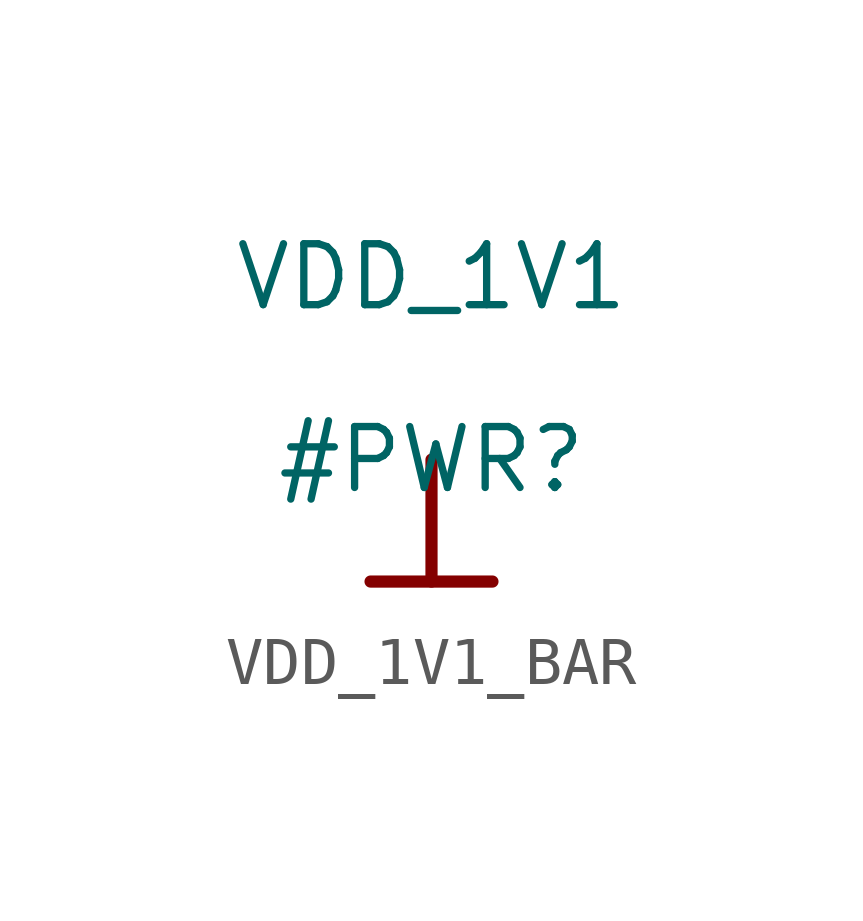
<source format=kicad_sym>
(kicad_symbol_lib
  (version 20231120)
  (generator "kicad_symbol_editor")
  (generator_version "8.0")
  (symbol "VDD_1V1_BAR"
    (power)
    (property "Reference" "#PWR"
      (at 0 0 0)
      (effects (font (size 1.27 1.27))))
    (property "Value" "VDD_1V1"
      (at 0 3.81 0)
      (effects (font (size 1.27 1.27))))
    (symbol "VDD_1V1_BAR_0_0"
      (polyline (pts (xy -1.27 -2.54) (xy 1.27 -2.54)) (stroke (width 0.254) (type solid)) (fill (type none)))
      (polyline (pts (xy 0 0) (xy 0 -2.54)) (stroke (width 0.254) (type solid)) (fill (type none)))
      (pin power_in line (at 0 0 0) (length 0) hide (name "VDD_1V1" (effects (font (size 1.27 1.27)))) (number "" (effects (font (size 1.27 1.27))))))))
</source>
